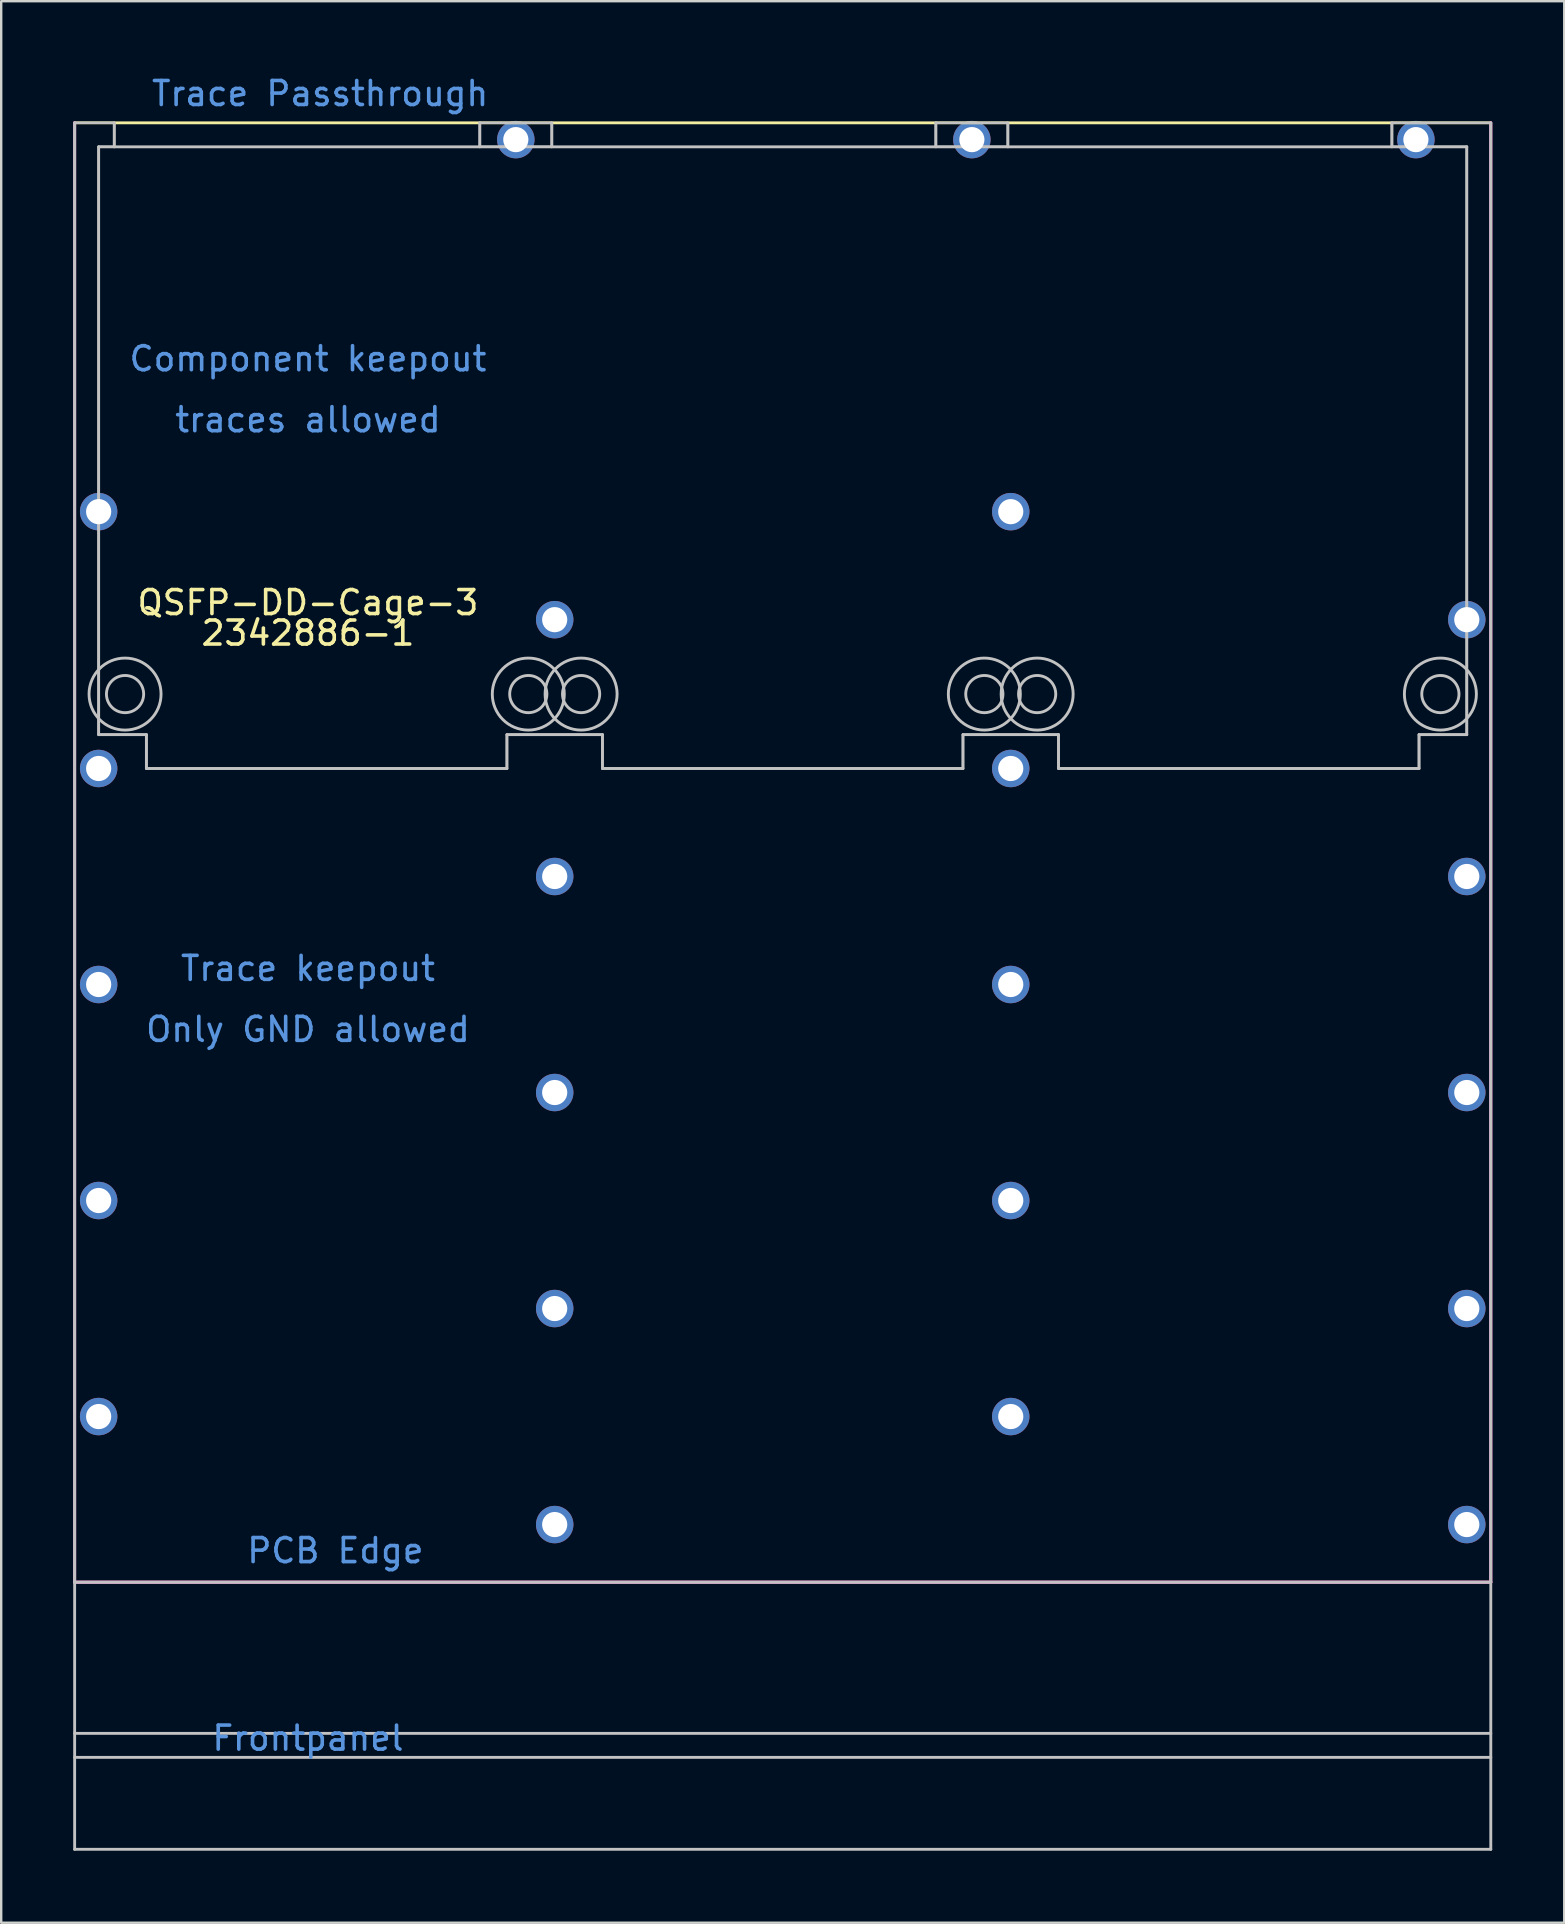
<source format=kicad_pcb>
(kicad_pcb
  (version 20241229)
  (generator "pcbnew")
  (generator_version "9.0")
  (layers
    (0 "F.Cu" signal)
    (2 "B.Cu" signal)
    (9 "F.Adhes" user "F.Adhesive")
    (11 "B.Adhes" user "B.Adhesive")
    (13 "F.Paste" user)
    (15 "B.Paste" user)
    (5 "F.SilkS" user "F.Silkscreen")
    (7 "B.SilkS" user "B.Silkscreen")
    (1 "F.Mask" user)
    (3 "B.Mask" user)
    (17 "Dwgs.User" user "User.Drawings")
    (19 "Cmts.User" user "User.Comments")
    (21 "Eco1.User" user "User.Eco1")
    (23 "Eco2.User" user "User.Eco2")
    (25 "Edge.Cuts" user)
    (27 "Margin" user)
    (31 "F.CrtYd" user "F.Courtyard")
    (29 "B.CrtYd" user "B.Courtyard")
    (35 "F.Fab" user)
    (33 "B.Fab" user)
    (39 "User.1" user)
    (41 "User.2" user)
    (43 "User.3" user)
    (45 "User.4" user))
  (footprint "QSFP-DD-Cage-3"
    (layer "F.Cu")
    (at 2.16 25.867)
    (property "Reference" "QSFP-DD-Cage-3" (at 7.62 -3.81 0) (layer "F.SilkS") (effects (font (size 1 1) (thickness 0.15))))
    (attr smd)
    (fp_line (start -2.1 -23.8) (end 56.9 -23.8) (stroke (width 0.12) (type solid)) (layer "F.SilkS"))
    (fp_line (start -2.1 37) (end -2.1 -23.8) (stroke (width 0.12) (type solid)) (layer "F.SilkS"))
    (fp_line (start 56.9 -23.8) (end 56.9 37) (stroke (width 0.12) (type solid)) (layer "F.SilkS"))
    (fp_line (start 56.9 37) (end -2.1 37) (stroke (width 0.12) (type solid)) (layer "F.SilkS"))
    (fp_line (start -2.1 37) (end -2.1 -23.8) (stroke (width 0.12) (type solid)) (layer "Dwgs.User"))
    (fp_line (start -2.1 37) (end -2.1 48.13) (stroke (width 0.12) (type solid)) (layer "Dwgs.User"))
    (fp_line (start -1.1 -22.8) (end -1.1 1.69) (stroke (width 0.12) (type solid)) (layer "Dwgs.User"))
    (fp_line (start -1.1 -22.8) (end 55.9 -22.8) (stroke (width 0.12) (type solid)) (layer "Dwgs.User"))
    (fp_line (start -1.1 1.69) (end 0.89 1.69) (stroke (width 0.12) (type solid)) (layer "Dwgs.User"))
    (fp_line (start -0.45 -22.8) (end -0.45 -23.8) (stroke (width 0.12) (type solid)) (layer "Dwgs.User"))
    (fp_line (start 0.89 1.69) (end 0.89 3.1) (stroke (width 0.12) (type solid)) (layer "Dwgs.User"))
    (fp_line (start 0.89 3.1) (end 15.91 3.1) (stroke (width 0.12) (type solid)) (layer "Dwgs.User"))
    (fp_line (start 14.78 -22.8) (end 14.78 -23.8) (stroke (width 0.12) (type solid)) (layer "Dwgs.User"))
    (fp_line (start 15.91 1.69) (end 19.89 1.69) (stroke (width 0.12) (type solid)) (layer "Dwgs.User"))
    (fp_line (start 15.91 3.1) (end 15.91 1.69) (stroke (width 0.12) (type solid)) (layer "Dwgs.User"))
    (fp_line (start 17.78 -22.8) (end 17.78 -23.8) (stroke (width 0.12) (type solid)) (layer "Dwgs.User"))
    (fp_line (start 19.89 1.69) (end 19.89 3.1) (stroke (width 0.12) (type solid)) (layer "Dwgs.User"))
    (fp_line (start 19.89 3.1) (end 34.91 3.1) (stroke (width 0.12) (type solid)) (layer "Dwgs.User"))
    (fp_line (start 33.78 -22.8) (end 33.78 -23.8) (stroke (width 0.12) (type solid)) (layer "Dwgs.User"))
    (fp_line (start 34.91 1.69) (end 34.91 3.1) (stroke (width 0.12) (type solid)) (layer "Dwgs.User"))
    (fp_line (start 34.91 1.69) (end 38.89 1.69) (stroke (width 0.12) (type solid)) (layer "Dwgs.User"))
    (fp_line (start 36.78 -22.8) (end 36.78 -23.8) (stroke (width 0.12) (type solid)) (layer "Dwgs.User"))
    (fp_line (start 38.89 1.69) (end 38.89 3.1) (stroke (width 0.12) (type solid)) (layer "Dwgs.User"))
    (fp_line (start 38.89 3.1) (end 53.91 3.1) (stroke (width 0.12) (type solid)) (layer "Dwgs.User"))
    (fp_line (start 52.78 -22.8) (end 52.78 -23.8) (stroke (width 0.12) (type solid)) (layer "Dwgs.User"))
    (fp_line (start 53.91 1.69) (end 53.91 3.1) (stroke (width 0.12) (type solid)) (layer "Dwgs.User"))
    (fp_line (start 53.91 1.69) (end 55.9 1.69) (stroke (width 0.12) (type solid)) (layer "Dwgs.User"))
    (fp_line (start 55.9 1.69) (end 55.9 -22.8) (stroke (width 0.12) (type solid)) (layer "Dwgs.User"))
    (fp_line (start 56.9 -23.8) (end 56.9 37) (stroke (width 0.12) (type solid)) (layer "Dwgs.User"))
    (fp_line (start 56.9 37) (end -2.1 37) (stroke (width 0.12) (type solid)) (layer "Dwgs.User"))
    (fp_line (start 56.9 37) (end 56.9 48.13) (stroke (width 0.12) (type solid)) (layer "Dwgs.User"))
    (fp_line (start 56.9 43.3) (end -2.1 43.3) (stroke (width 0.12) (type solid)) (layer "Dwgs.User"))
    (fp_line (start 56.9 44.3) (end -2.1 44.3) (stroke (width 0.12) (type solid)) (layer "Dwgs.User"))
    (fp_line (start 56.9 48.13) (end -2.1 48.13) (stroke (width 0.12) (type solid)) (layer "Dwgs.User"))
    (fp_circle (center 0 0) (end 0.775 0) (stroke (width 0.12) (type solid)) (fill no) (layer "Dwgs.User"))
    (fp_circle (center 0 0) (end 1.5 0) (stroke (width 0.12) (type solid)) (fill no) (layer "Dwgs.User"))
    (fp_circle (center 16.8 0) (end 17.575 0) (stroke (width 0.12) (type solid)) (fill no) (layer "Dwgs.User"))
    (fp_circle (center 16.8 0) (end 18.3 0) (stroke (width 0.12) (type solid)) (fill no) (layer "Dwgs.User"))
    (fp_circle (center 19 0) (end 19.775 0) (stroke (width 0.12) (type solid)) (fill no) (layer "Dwgs.User"))
    (fp_circle (center 19 0) (end 20.5 0) (stroke (width 0.12) (type solid)) (fill no) (layer "Dwgs.User"))
    (fp_circle (center 35.8 0) (end 36.575 0) (stroke (width 0.12) (type solid)) (fill no) (layer "Dwgs.User"))
    (fp_circle (center 35.8 0) (end 37.3 0) (stroke (width 0.12) (type solid)) (fill no) (layer "Dwgs.User"))
    (fp_circle (center 38 0) (end 38.775 0) (stroke (width 0.12) (type solid)) (fill no) (layer "Dwgs.User"))
    (fp_circle (center 38 0) (end 39.5 0) (stroke (width 0.12) (type solid)) (fill no) (layer "Dwgs.User"))
    (fp_circle (center 54.8 0) (end 55.575 0) (stroke (width 0.12) (type solid)) (fill no) (layer "Dwgs.User"))
    (fp_circle (center 54.8 0) (end 56.3 0) (stroke (width 0.12) (type solid)) (fill no) (layer "Dwgs.User"))
    (fp_poly (pts (xy 17.78 -22.8) (xy 14.78 -22.8) (xy 14.78 -23.8) (xy 17.78 -23.8)) (stroke (width 0.1) (type solid)) (fill no) (layer "Dwgs.User"))
    (fp_poly (pts (xy 36.78 -22.8) (xy 33.78 -22.8) (xy 33.78 -23.8) (xy 36.78 -23.8)) (stroke (width 0.1) (type solid)) (fill no) (layer "Dwgs.User"))
    (fp_poly (pts (xy -0.45 -22.8) (xy -1.1 -22.8) (xy -1.1 1.69) (xy 0.89 1.69) (xy 0.89 3.1) (xy 15.91 3.1) (xy 15.91 1.69) (xy 19.89 1.69) (xy 19.89 3.1) (xy 34.91 3.1) (xy 34.91 1.69) (xy 38.89 1.69) (xy 38.89 3.1) (xy 53.91 3.1) (xy 53.91 1.69) (xy 55.9 1.69) (xy 55.9 -22.8) (xy 52.78 -22.8) (xy 52.78 -23.8) (xy 56.9 -23.8) (xy 56.9 37) (xy -2.1 37) (xy -2.1 -23.8) (xy -0.45 -23.8)) (stroke (width 0.1) (type solid)) (fill no) (layer "Dwgs.User"))
    (fp_line (start -2.1 37) (end -2.1 -23.8) (stroke (width 0.12) (type solid)) (layer "F.CrtYd"))
    (fp_line (start 56.9 -23.8) (end 56.9 37) (stroke (width 0.12) (type solid)) (layer "F.CrtYd"))
    (fp_line (start 56.9 37) (end -2.1 37) (stroke (width 0.12) (type solid)) (layer "F.CrtYd"))
    (fp_text user "2342886-1" (at 7.62 -2.54 0) (layer "F.SilkS") (effects (font (size 1 1) (thickness 0.15))))
    (fp_text user "Frontpanel" (at 7.62 43.5 0) (layer "Cmts.User") (effects (font (size 1 1) (thickness 0.15))))
    (fp_text user "Only GND allowed" (at 7.62 13.97 0) (layer "Cmts.User") (effects (font (size 1 1) (thickness 0.15))))
    (fp_text user "traces allowed" (at 7.62 -11.43 0) (layer "Cmts.User") (effects (font (size 1 1) (thickness 0.15))))
    (fp_text user "Trace Passthrough" (at 8.128 -25.019 0) (layer "Cmts.User") (effects (font (size 1 1) (thickness 0.15))))
    (fp_text user "PCB Edge" (at 8.763 35.687 0) (layer "Cmts.User") (effects (font (size 1 1) (thickness 0.15))))
    (fp_text user "Trace keepout" (at 7.62 11.43 0) (layer "Cmts.User") (effects (font (size 1 1) (thickness 0.15))))
    (fp_text user "Component keepout" (at 7.62 -13.97 0) (layer "Cmts.User") (effects (font (size 1 1) (thickness 0.15))))
    (pad "C" thru_hole circle (at -1.1 -7.6) (size 1.56 1.56) (drill 1.05) (layers "*.Cu" "*.Mask"))
    (pad "C" thru_hole circle (at -1.1 3.1) (size 1.56 1.56) (drill 1.05) (layers "*.Cu" "*.Mask"))
    (pad "C" thru_hole circle (at -1.1 12.1) (size 1.56 1.56) (drill 1.05) (layers "*.Cu" "*.Mask"))
    (pad "C" thru_hole circle (at -1.1 21.1) (size 1.56 1.56) (drill 1.05) (layers "*.Cu" "*.Mask"))
    (pad "C" thru_hole circle (at -1.1 30.1) (size 1.56 1.56) (drill 1.05) (layers "*.Cu" "*.Mask"))
    (pad "C" thru_hole circle (at 16.28 -23.1) (size 1.56 1.56) (drill 1.05) (layers "*.Cu" "*.Mask"))
    (pad "C" thru_hole circle (at 17.9 -3.1) (size 1.56 1.56) (drill 1.05) (layers "*.Cu" "*.Mask"))
    (pad "C" thru_hole circle (at 17.9 7.6) (size 1.56 1.56) (drill 1.05) (layers "*.Cu" "*.Mask"))
    (pad "C" thru_hole circle (at 17.9 16.6) (size 1.56 1.56) (drill 1.05) (layers "*.Cu" "*.Mask"))
    (pad "C" thru_hole circle (at 17.9 25.6) (size 1.56 1.56) (drill 1.05) (layers "*.Cu" "*.Mask"))
    (pad "C" thru_hole circle (at 17.9 34.6) (size 1.56 1.56) (drill 1.05) (layers "*.Cu" "*.Mask"))
    (pad "C" thru_hole circle (at 35.28 -23.1) (size 1.56 1.56) (drill 1.05) (layers "*.Cu" "*.Mask"))
    (pad "C" thru_hole circle (at 36.9 -7.6) (size 1.56 1.56) (drill 1.05) (layers "*.Cu" "*.Mask"))
    (pad "C" thru_hole circle (at 36.9 3.1) (size 1.56 1.56) (drill 1.05) (layers "*.Cu" "*.Mask"))
    (pad "C" thru_hole circle (at 36.9 12.1) (size 1.56 1.56) (drill 1.05) (layers "*.Cu" "*.Mask"))
    (pad "C" thru_hole circle (at 36.9 21.1) (size 1.56 1.56) (drill 1.05) (layers "*.Cu" "*.Mask"))
    (pad "C" thru_hole circle (at 36.9 30.1) (size 1.56 1.56) (drill 1.05) (layers "*.Cu" "*.Mask"))
    (pad "C" thru_hole circle (at 53.78 -23.1) (size 1.56 1.56) (drill 1.05) (layers "*.Cu" "*.Mask"))
    (pad "C" thru_hole circle (at 55.9 -3.1) (size 1.56 1.56) (drill 1.05) (layers "*.Cu" "*.Mask"))
    (pad "C" thru_hole circle (at 55.9 7.6) (size 1.56 1.56) (drill 1.05) (layers "*.Cu" "*.Mask"))
    (pad "C" thru_hole circle (at 55.9 16.6) (size 1.56 1.56) (drill 1.05) (layers "*.Cu" "*.Mask"))
    (pad "C" thru_hole circle (at 55.9 25.6) (size 1.56 1.56) (drill 1.05) (layers "*.Cu" "*.Mask"))
    (pad "C" thru_hole circle (at 55.9 34.6) (size 1.56 1.56) (drill 1.05) (layers "*.Cu" "*.Mask")))
  (gr_rect
    (start -3 -3)
    (end 62.12 77.057)
    (stroke (width 0.1) (type default))
    (fill no)
    (layer "Edge.Cuts")))
</source>
